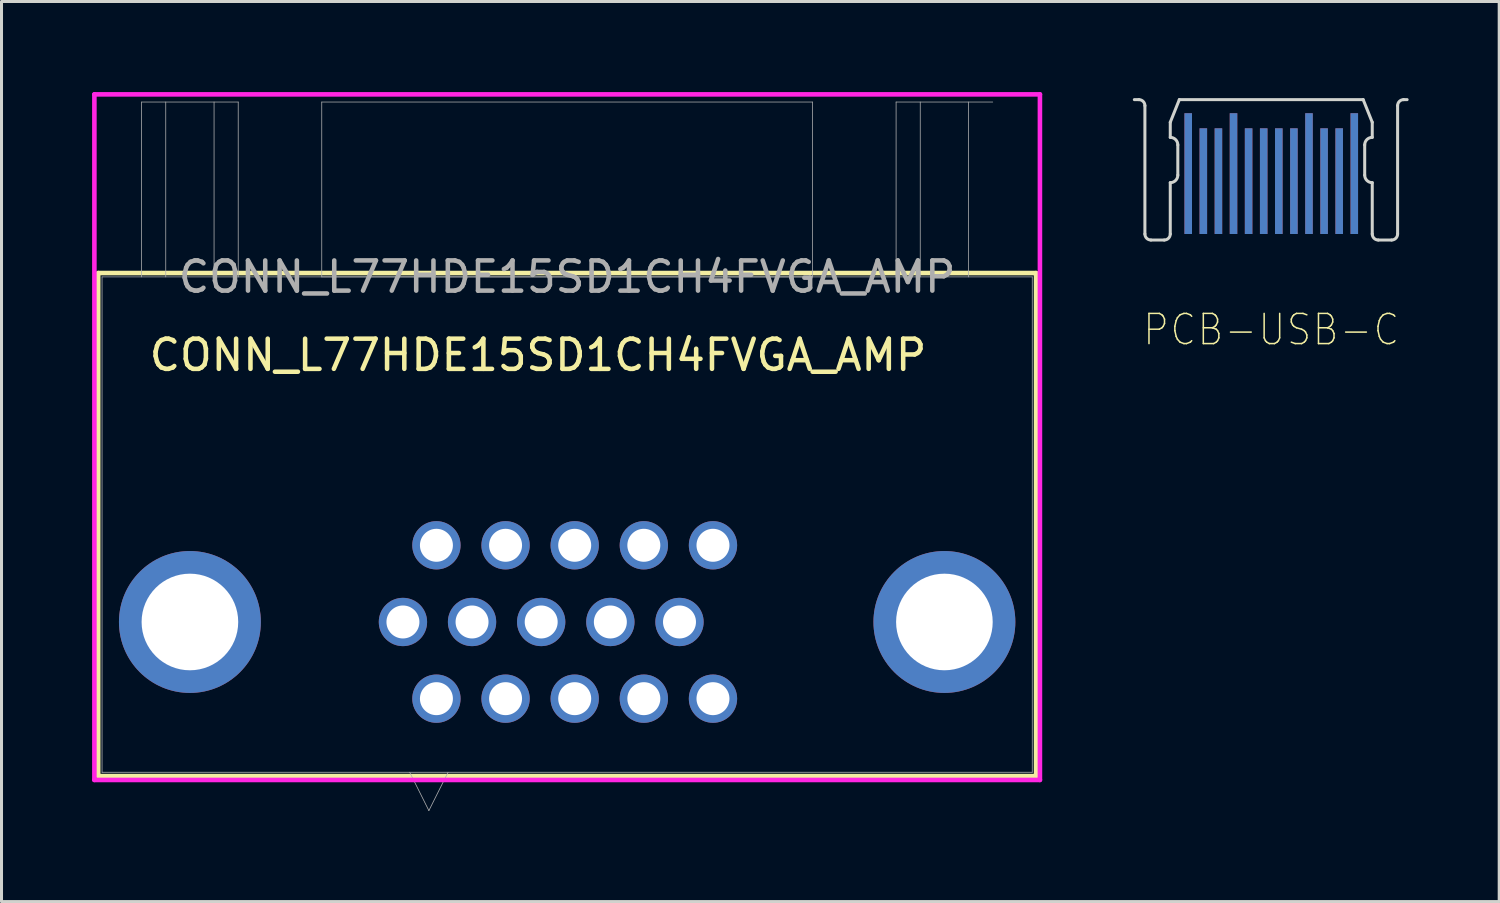
<source format=kicad_pcb>
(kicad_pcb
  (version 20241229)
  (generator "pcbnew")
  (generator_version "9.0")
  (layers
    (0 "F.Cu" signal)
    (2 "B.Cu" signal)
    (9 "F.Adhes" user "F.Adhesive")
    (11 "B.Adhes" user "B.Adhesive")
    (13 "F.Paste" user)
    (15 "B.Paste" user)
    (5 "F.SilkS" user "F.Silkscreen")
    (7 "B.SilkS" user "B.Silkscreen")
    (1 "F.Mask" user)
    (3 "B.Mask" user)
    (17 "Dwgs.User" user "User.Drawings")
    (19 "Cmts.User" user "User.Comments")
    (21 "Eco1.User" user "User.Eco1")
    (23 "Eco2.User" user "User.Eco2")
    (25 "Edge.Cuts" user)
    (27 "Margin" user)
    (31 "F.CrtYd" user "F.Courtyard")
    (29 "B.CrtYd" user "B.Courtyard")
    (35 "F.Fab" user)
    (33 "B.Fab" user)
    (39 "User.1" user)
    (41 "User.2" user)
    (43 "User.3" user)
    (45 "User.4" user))
  (footprint "PCB-USB-C"
    (layer "F.Cu")
    (at 39.056 0.25)
    (property "Reference" "PCB-USB-C" (at 0 7.62 0) (layer "F.SilkS") (effects (font (size 1 0.9) (thickness 0.05))))
    (attr smd)
    (fp_line (start -4.535 0) (end -4.385 0) (stroke (width 0.1) (type solid)) (layer "Edge.Cuts"))
    (fp_line (start -4.185 0.2) (end -4.185 4.45) (stroke (width 0.1) (type solid)) (layer "Edge.Cuts"))
    (fp_line (start -3.985 4.65) (end -3.545 4.65) (stroke (width 0.1) (type solid)) (layer "Edge.Cuts"))
    (fp_line (start -3.345 0.75) (end -3.345 1.25) (stroke (width 0.1) (type solid)) (layer "Edge.Cuts"))
    (fp_line (start -3.345 2.75) (end -3.345 4.45) (stroke (width 0.1) (type solid)) (layer "Edge.Cuts"))
    (fp_line (start -3.095 1.5) (end -3.095 2.5) (stroke (width 0.1) (type solid)) (layer "Edge.Cuts"))
    (fp_line (start -3.045 0) (end -3.345 0.75) (stroke (width 0.1) (type solid)) (layer "Edge.Cuts"))
    (fp_line (start -3.045 0) (end 3.045 0) (stroke (width 0.1) (type solid)) (layer "Edge.Cuts"))
    (fp_line (start 3.045 0) (end 3.345 0.75) (stroke (width 0.1) (type solid)) (layer "Edge.Cuts"))
    (fp_line (start 3.095 1.5) (end 3.095 2.5) (stroke (width 0.1) (type solid)) (layer "Edge.Cuts"))
    (fp_line (start 3.345 0.75) (end 3.345 1.25) (stroke (width 0.1) (type solid)) (layer "Edge.Cuts"))
    (fp_line (start 3.345 2.75) (end 3.345 4.45) (stroke (width 0.1) (type solid)) (layer "Edge.Cuts"))
    (fp_line (start 3.545 4.65) (end 3.985 4.65) (stroke (width 0.1) (type solid)) (layer "Edge.Cuts"))
    (fp_line (start 4.185 0.2) (end 4.185 4.45) (stroke (width 0.1) (type solid)) (layer "Edge.Cuts"))
    (fp_line (start 4.385 0) (end 4.5 0) (stroke (width 0.1) (type solid)) (layer "Edge.Cuts"))
    (fp_arc (start -4.385 0) (mid -4.243579 0.058579) (end -4.185 0.2) (stroke (width 0.1) (type solid)) (layer "Edge.Cuts"))
    (fp_arc (start -3.985 4.65) (mid -4.126421 4.591421) (end -4.185 4.45) (stroke (width 0.1) (type solid)) (layer "Edge.Cuts"))
    (fp_arc (start -3.345 1.25) (mid -3.168223 1.323223) (end -3.095 1.5) (stroke (width 0.1) (type solid)) (layer "Edge.Cuts"))
    (fp_arc (start -3.345 4.45) (mid -3.403579 4.591421) (end -3.545 4.65) (stroke (width 0.1) (type solid)) (layer "Edge.Cuts"))
    (fp_arc (start -3.095 2.5) (mid -3.168223 2.676777) (end -3.345 2.75) (stroke (width 0.1) (type solid)) (layer "Edge.Cuts"))
    (fp_arc (start 3.095 1.5) (mid 3.168223 1.323223) (end 3.345 1.25) (stroke (width 0.1) (type solid)) (layer "Edge.Cuts"))
    (fp_arc (start 3.345 2.75) (mid 3.168223 2.676777) (end 3.095 2.5) (stroke (width 0.1) (type solid)) (layer "Edge.Cuts"))
    (fp_arc (start 3.545 4.65) (mid 3.403579 4.591421) (end 3.345 4.45) (stroke (width 0.1) (type solid)) (layer "Edge.Cuts"))
    (fp_arc (start 4.185 0.2) (mid 4.243579 0.058579) (end 4.385 0) (stroke (width 0.1) (type solid)) (layer "Edge.Cuts"))
    (fp_arc (start 4.185 4.45) (mid 4.126421 4.591421) (end 3.985 4.65) (stroke (width 0.1) (type solid)) (layer "Edge.Cuts"))
    (pad "A1" smd rect (at 2.75 2.45 90) (size 4 0.25) (layers "F.Cu" "F.Mask"))
    (pad "A2" smd rect (at 2.25 2.7 90) (size 3.5 0.25) (layers "F.Cu" "F.Mask"))
    (pad "A3" smd rect (at 1.75 2.7 90) (size 3.5 0.25) (layers "F.Cu" "F.Mask"))
    (pad "A4" smd rect (at 1.25 2.45 90) (size 4 0.25) (layers "F.Cu" "F.Mask"))
    (pad "A5" smd rect (at 0.75 2.7 90) (size 3.5 0.25) (layers "F.Cu" "F.Mask"))
    (pad "A6" smd rect (at 0.25 2.7 90) (size 3.5 0.25) (layers "F.Cu" "F.Mask"))
    (pad "A7" smd rect (at -0.25 2.7 90) (size 3.5 0.25) (layers "F.Cu" "F.Mask"))
    (pad "A8" smd rect (at -0.75 2.7 90) (size 3.5 0.25) (layers "F.Cu" "F.Mask"))
    (pad "A9" smd rect (at -1.25 2.45 90) (size 4 0.25) (layers "F.Cu" "F.Mask"))
    (pad "A10" smd rect (at -1.75 2.7 90) (size 3.5 0.25) (layers "F.Cu" "F.Mask"))
    (pad "A11" smd rect (at -2.25 2.7 90) (size 3.5 0.25) (layers "F.Cu" "F.Mask"))
    (pad "A12" smd rect (at -2.75 2.45 90) (size 4 0.25) (layers "F.Cu" "F.Mask"))
    (pad "B1" smd rect (at -2.75 2.45 90) (size 4 0.25) (layers "B.Cu" "B.Mask"))
    (pad "B2" smd rect (at -2.25 2.7 90) (size 3.5 0.25) (layers "B.Cu" "B.Mask"))
    (pad "B3" smd rect (at -1.75 2.7 90) (size 3.5 0.25) (layers "B.Cu" "B.Mask"))
    (pad "B4" smd rect (at -1.25 2.45 90) (size 4 0.25) (layers "B.Cu" "B.Mask"))
    (pad "B5" smd rect (at -0.75 2.7 90) (size 3.5 0.25) (layers "B.Cu" "B.Mask"))
    (pad "B6" smd rect (at -0.25 2.7 90) (size 3.5 0.25) (layers "B.Cu" "B.Mask"))
    (pad "B7" smd rect (at 0.25 2.7 90) (size 3.5 0.25) (layers "B.Cu" "B.Mask"))
    (pad "B8" smd rect (at 0.75 2.7 90) (size 3.5 0.25) (layers "B.Cu" "B.Mask"))
    (pad "B9" smd rect (at 1.25 2.45 90) (size 4 0.25) (layers "B.Cu" "B.Mask"))
    (pad "B10" smd rect (at 1.75 2.7 90) (size 3.5 0.25) (layers "B.Cu" "B.Mask"))
    (pad "B11" smd rect (at 2.25 2.7 90) (size 3.5 0.25) (layers "B.Cu" "B.Mask"))
    (pad "B12" smd rect (at 2.75 2.45 90) (size 4 0.25) (layers "B.Cu" "B.Mask")))
  (footprint "CONN_L77HDE15SD1CH4FVGA_AMP"
    (layer "F.Cu")
    (at 15.735 6.121)
    (property "Reference" "CONN_L77HDE15SD1CH4FVGA_AMP" (at -0.965 2.591 0) (unlocked yes) (layer "F.SilkS") (effects (font (size 1 1) (thickness 0.15))))
    (attr through_hole)
    (fp_line (start -15.532 -0.127) (end -15.532 16.535) (stroke (width 0.152) (type solid)) (layer "F.SilkS"))
    (fp_line (start -15.532 16.535) (end 15.532 16.535) (stroke (width 0.152) (type solid)) (layer "F.SilkS"))
    (fp_line (start 15.532 -0.127) (end -15.532 -0.127) (stroke (width 0.152) (type solid)) (layer "F.SilkS"))
    (fp_line (start 15.532 16.535) (end 15.532 -0.127) (stroke (width 0.152) (type solid)) (layer "F.SilkS"))
    (fp_line (start -15.659 -6.045) (end -15.659 16.662) (stroke (width 0.152) (type solid)) (layer "F.CrtYd"))
    (fp_line (start -15.659 16.662) (end 15.659 16.662) (stroke (width 0.152) (type solid)) (layer "F.CrtYd"))
    (fp_line (start 15.659 -6.045) (end -15.659 -6.045) (stroke (width 0.152) (type solid)) (layer "F.CrtYd"))
    (fp_line (start 15.659 16.662) (end 15.659 -6.045) (stroke (width 0.152) (type solid)) (layer "F.CrtYd"))
    (fp_line (start -15.405 0) (end -15.405 16.408) (stroke (width 0.025) (type solid)) (layer "F.Fab"))
    (fp_line (start -15.405 16.408) (end 15.405 16.408) (stroke (width 0.025) (type solid)) (layer "F.Fab"))
    (fp_line (start -14.095 -5.791) (end -10.895 -5.791) (stroke (width 0.025) (type solid)) (layer "F.Fab"))
    (fp_line (start -14.095 0) (end -14.095 -5.791) (stroke (width 0.025) (type solid)) (layer "F.Fab"))
    (fp_line (start -13.295 0) (end -13.295 -5.791) (stroke (width 0.025) (type solid)) (layer "F.Fab"))
    (fp_line (start -11.695 -5.791) (end -11.695 0) (stroke (width 0.025) (type solid)) (layer "F.Fab"))
    (fp_line (start -10.895 -5.791) (end -10.895 0) (stroke (width 0.025) (type solid)) (layer "F.Fab"))
    (fp_line (start -8.128 -5.791) (end -8.128 0) (stroke (width 0.025) (type solid)) (layer "F.Fab"))
    (fp_line (start -8.128 0) (end 8.128 0) (stroke (width 0.025) (type solid)) (layer "F.Fab"))
    (fp_line (start -5.215 16.408) (end -4.58 17.678) (stroke (width 0.025) (type solid)) (layer "F.Fab"))
    (fp_line (start -3.945 16.408) (end -4.58 17.678) (stroke (width 0.025) (type solid)) (layer "F.Fab"))
    (fp_line (start 8.128 -5.791) (end -8.128 -5.791) (stroke (width 0.025) (type solid)) (layer "F.Fab"))
    (fp_line (start 8.128 0) (end 8.128 -5.791) (stroke (width 0.025) (type solid)) (layer "F.Fab"))
    (fp_line (start 10.895 -5.791) (end 14.095 -5.791) (stroke (width 0.025) (type solid)) (layer "F.Fab"))
    (fp_line (start 10.895 0) (end 10.895 -5.791) (stroke (width 0.025) (type solid)) (layer "F.Fab"))
    (fp_line (start 11.695 0) (end 11.695 -5.791) (stroke (width 0.025) (type solid)) (layer "F.Fab"))
    (fp_line (start 13.295 -5.791) (end 13.295 0) (stroke (width 0.025) (type solid)) (layer "F.Fab"))
    (fp_line (start 15.405 0) (end -15.405 0) (stroke (width 0.025) (type solid)) (layer "F.Fab"))
    (fp_line (start 15.405 16.408) (end 15.405 0) (stroke (width 0.025) (type solid)) (layer "F.Fab"))
    (fp_text user "${REFERENCE}" (at 0 0 0) (unlocked yes) (layer "F.Fab") (effects (font (size 1 1) (thickness 0.15))))
    (pad "0" thru_hole circle (at -12.495 11.43) (size 4.7 4.7) (drill 3.2) (layers "*.Cu" "*.Mask"))
    (pad "0" thru_hole circle (at 12.495 11.43) (size 4.7 4.7) (drill 3.2) (layers "*.Cu" "*.Mask"))
    (pad "1" thru_hole circle (at -4.33 13.97) (size 1.6 1.6) (drill 1.092) (layers "*.Cu" "*.Mask"))
    (pad "2" thru_hole circle (at -2.04 13.97) (size 1.6 1.6) (drill 1.092) (layers "*.Cu" "*.Mask"))
    (pad "3" thru_hole circle (at 0.25 13.97) (size 1.6 1.6) (drill 1.092) (layers "*.Cu" "*.Mask"))
    (pad "4" thru_hole circle (at 2.54 13.97) (size 1.6 1.6) (drill 1.092) (layers "*.Cu" "*.Mask"))
    (pad "5" thru_hole circle (at 4.83 13.97) (size 1.6 1.6) (drill 1.092) (layers "*.Cu" "*.Mask"))
    (pad "6" thru_hole circle (at -5.439 11.43) (size 1.6 1.6) (drill 1.092) (layers "*.Cu" "*.Mask"))
    (pad "7" thru_hole circle (at -3.15 11.43) (size 1.6 1.6) (drill 1.092) (layers "*.Cu" "*.Mask"))
    (pad "8" thru_hole circle (at -0.86 11.43) (size 1.6 1.6) (drill 1.092) (layers "*.Cu" "*.Mask"))
    (pad "9" thru_hole circle (at 1.431 11.43) (size 1.6 1.6) (drill 1.092) (layers "*.Cu" "*.Mask"))
    (pad "10" thru_hole circle (at 3.721 11.43) (size 1.6 1.6) (drill 1.092) (layers "*.Cu" "*.Mask"))
    (pad "11" thru_hole circle (at -4.33 8.89) (size 1.6 1.6) (drill 1.092) (layers "*.Cu" "*.Mask"))
    (pad "12" thru_hole circle (at -2.04 8.89) (size 1.6 1.6) (drill 1.092) (layers "*.Cu" "*.Mask"))
    (pad "13" thru_hole circle (at 0.25 8.89) (size 1.6 1.6) (drill 1.092) (layers "*.Cu" "*.Mask"))
    (pad "14" thru_hole circle (at 2.54 8.89) (size 1.6 1.6) (drill 1.092) (layers "*.Cu" "*.Mask"))
    (pad "15" thru_hole circle (at 4.83 8.89) (size 1.6 1.6) (drill 1.092) (layers "*.Cu" "*.Mask")))
  (gr_rect
    (start -3 -3)
    (end 46.606 26.812)
    (stroke (width 0.1) (type default))
    (fill no)
    (layer "Edge.Cuts")))
</source>
